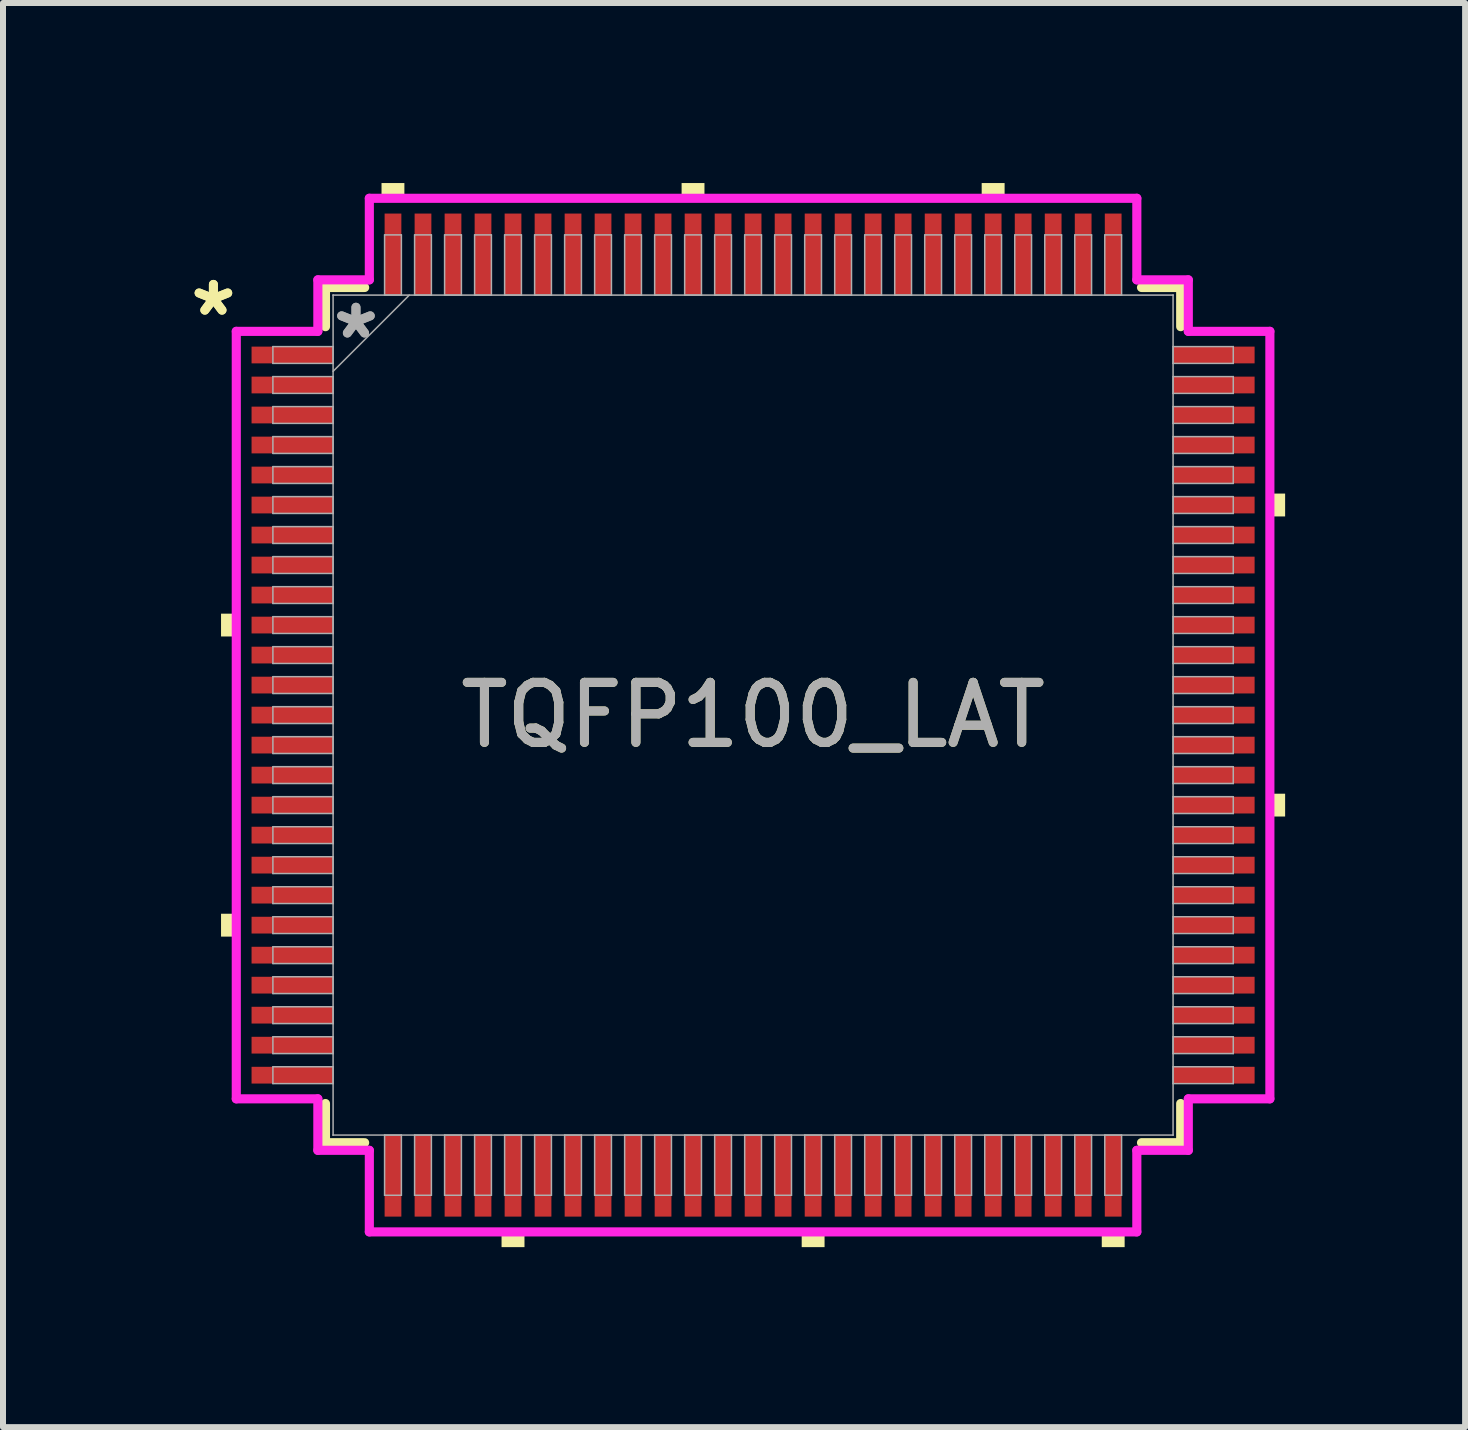
<source format=kicad_pcb>
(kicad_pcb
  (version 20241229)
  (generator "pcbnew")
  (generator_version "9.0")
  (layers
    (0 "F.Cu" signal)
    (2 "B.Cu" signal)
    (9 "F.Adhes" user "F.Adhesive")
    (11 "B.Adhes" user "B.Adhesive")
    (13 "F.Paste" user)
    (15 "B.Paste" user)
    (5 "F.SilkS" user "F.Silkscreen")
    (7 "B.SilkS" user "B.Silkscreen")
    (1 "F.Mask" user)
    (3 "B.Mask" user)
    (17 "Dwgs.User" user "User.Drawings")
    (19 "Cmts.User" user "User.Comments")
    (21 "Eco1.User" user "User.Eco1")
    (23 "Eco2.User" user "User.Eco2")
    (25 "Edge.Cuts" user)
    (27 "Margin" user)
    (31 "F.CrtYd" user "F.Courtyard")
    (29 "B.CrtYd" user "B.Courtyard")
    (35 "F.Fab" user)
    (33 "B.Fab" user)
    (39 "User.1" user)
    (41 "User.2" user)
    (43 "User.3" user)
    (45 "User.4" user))
  (footprint "TQFP100_LAT"
    (layer "F.Cu")
    (at 9.498 8.865)
    (property "Reference" "TQFP100_LAT" (at 0 0 0) (unlocked yes) (layer "F.SilkS") (effects (font (size 1 1) (thickness 0.15))))
    (attr smd)
    (fp_line (start -7.125 -7.125) (end -7.125 -6.472) (stroke (width 0.152) (type solid)) (layer "F.SilkS"))
    (fp_line (start -7.125 6.472) (end -7.125 7.125) (stroke (width 0.152) (type solid)) (layer "F.SilkS"))
    (fp_line (start -7.125 7.125) (end -6.472 7.125) (stroke (width 0.152) (type solid)) (layer "F.SilkS"))
    (fp_line (start -6.472 -7.125) (end -7.125 -7.125) (stroke (width 0.152) (type solid)) (layer "F.SilkS"))
    (fp_line (start 6.472 7.125) (end 7.125 7.125) (stroke (width 0.152) (type solid)) (layer "F.SilkS"))
    (fp_line (start 7.125 -7.125) (end 6.472 -7.125) (stroke (width 0.152) (type solid)) (layer "F.SilkS"))
    (fp_line (start 7.125 -6.472) (end 7.125 -7.125) (stroke (width 0.152) (type solid)) (layer "F.SilkS"))
    (fp_line (start 7.125 7.125) (end 7.125 6.472) (stroke (width 0.152) (type solid)) (layer "F.SilkS"))
    (fp_poly (pts (xy -8.865 -1.69) (xy -8.865 -1.31) (xy -8.611 -1.31) (xy -8.611 -1.69)) (stroke (width 0) (type solid)) (fill yes) (layer "F.SilkS"))
    (fp_poly (pts (xy -8.865 3.31) (xy -8.865 3.691) (xy -8.611 3.691) (xy -8.611 3.31)) (stroke (width 0) (type solid)) (fill yes) (layer "F.SilkS"))
    (fp_poly (pts (xy -6.191 -8.611) (xy -6.191 -8.865) (xy -5.81 -8.865) (xy -5.81 -8.611)) (stroke (width 0) (type solid)) (fill yes) (layer "F.SilkS"))
    (fp_poly (pts (xy -4.191 8.611) (xy -4.191 8.865) (xy -3.809 8.865) (xy -3.809 8.611)) (stroke (width 0) (type solid)) (fill yes) (layer "F.SilkS"))
    (fp_poly (pts (xy -1.191 -8.611) (xy -1.191 -8.865) (xy -0.81 -8.865) (xy -0.81 -8.611)) (stroke (width 0) (type solid)) (fill yes) (layer "F.SilkS"))
    (fp_poly (pts (xy 0.81 8.611) (xy 0.81 8.865) (xy 1.191 8.865) (xy 1.191 8.611)) (stroke (width 0) (type solid)) (fill yes) (layer "F.SilkS"))
    (fp_poly (pts (xy 3.809 -8.611) (xy 3.809 -8.865) (xy 4.191 -8.865) (xy 4.191 -8.611)) (stroke (width 0) (type solid)) (fill yes) (layer "F.SilkS"))
    (fp_poly (pts (xy 5.81 8.611) (xy 5.81 8.865) (xy 6.191 8.865) (xy 6.191 8.611)) (stroke (width 0) (type solid)) (fill yes) (layer "F.SilkS"))
    (fp_poly (pts (xy 8.865 -3.691) (xy 8.865 -3.31) (xy 8.611 -3.31) (xy 8.611 -3.691)) (stroke (width 0) (type solid)) (fill yes) (layer "F.SilkS"))
    (fp_poly (pts (xy 8.865 1.31) (xy 8.865 1.69) (xy 8.611 1.69) (xy 8.611 1.31)) (stroke (width 0) (type solid)) (fill yes) (layer "F.SilkS"))
    (fp_line (start -8.611 -6.394) (end -7.252 -6.394) (stroke (width 0.152) (type solid)) (layer "F.CrtYd"))
    (fp_line (start -8.611 6.394) (end -8.611 -6.394) (stroke (width 0.152) (type solid)) (layer "F.CrtYd"))
    (fp_line (start -7.252 -7.252) (end -6.394 -7.252) (stroke (width 0.152) (type solid)) (layer "F.CrtYd"))
    (fp_line (start -7.252 -6.394) (end -7.252 -7.252) (stroke (width 0.152) (type solid)) (layer "F.CrtYd"))
    (fp_line (start -7.252 6.394) (end -8.611 6.394) (stroke (width 0.152) (type solid)) (layer "F.CrtYd"))
    (fp_line (start -7.252 7.252) (end -7.252 6.394) (stroke (width 0.152) (type solid)) (layer "F.CrtYd"))
    (fp_line (start -7.252 7.252) (end -6.394 7.252) (stroke (width 0.152) (type solid)) (layer "F.CrtYd"))
    (fp_line (start -6.394 -8.611) (end 6.394 -8.611) (stroke (width 0.152) (type solid)) (layer "F.CrtYd"))
    (fp_line (start -6.394 -7.252) (end -6.394 -8.611) (stroke (width 0.152) (type solid)) (layer "F.CrtYd"))
    (fp_line (start -6.394 7.252) (end -6.394 8.611) (stroke (width 0.152) (type solid)) (layer "F.CrtYd"))
    (fp_line (start -6.394 8.611) (end 6.394 8.611) (stroke (width 0.152) (type solid)) (layer "F.CrtYd"))
    (fp_line (start 6.394 -8.611) (end 6.394 -7.252) (stroke (width 0.152) (type solid)) (layer "F.CrtYd"))
    (fp_line (start 6.394 -7.252) (end 7.252 -7.252) (stroke (width 0.152) (type solid)) (layer "F.CrtYd"))
    (fp_line (start 6.394 7.252) (end 7.252 7.252) (stroke (width 0.152) (type solid)) (layer "F.CrtYd"))
    (fp_line (start 6.394 8.611) (end 6.394 7.252) (stroke (width 0.152) (type solid)) (layer "F.CrtYd"))
    (fp_line (start 7.252 -6.394) (end 7.252 -7.252) (stroke (width 0.152) (type solid)) (layer "F.CrtYd"))
    (fp_line (start 7.252 6.394) (end 8.611 6.394) (stroke (width 0.152) (type solid)) (layer "F.CrtYd"))
    (fp_line (start 7.252 7.252) (end 7.252 6.394) (stroke (width 0.152) (type solid)) (layer "F.CrtYd"))
    (fp_line (start 8.611 -6.394) (end 7.252 -6.394) (stroke (width 0.152) (type solid)) (layer "F.CrtYd"))
    (fp_line (start 8.611 6.394) (end 8.611 -6.394) (stroke (width 0.152) (type solid)) (layer "F.CrtYd"))
    (fp_line (start -8.001 -6.14) (end -8.001 -5.86) (stroke (width 0.025) (type solid)) (layer "F.Fab"))
    (fp_line (start -8.001 -5.86) (end -6.998 -5.86) (stroke (width 0.025) (type solid)) (layer "F.Fab"))
    (fp_line (start -8.001 -5.64) (end -8.001 -5.36) (stroke (width 0.025) (type solid)) (layer "F.Fab"))
    (fp_line (start -8.001 -5.36) (end -6.998 -5.36) (stroke (width 0.025) (type solid)) (layer "F.Fab"))
    (fp_line (start -8.001 -5.14) (end -8.001 -4.86) (stroke (width 0.025) (type solid)) (layer "F.Fab"))
    (fp_line (start -8.001 -4.86) (end -6.998 -4.86) (stroke (width 0.025) (type solid)) (layer "F.Fab"))
    (fp_line (start -8.001 -4.64) (end -8.001 -4.36) (stroke (width 0.025) (type solid)) (layer "F.Fab"))
    (fp_line (start -8.001 -4.36) (end -6.998 -4.36) (stroke (width 0.025) (type solid)) (layer "F.Fab"))
    (fp_line (start -8.001 -4.14) (end -8.001 -3.86) (stroke (width 0.025) (type solid)) (layer "F.Fab"))
    (fp_line (start -8.001 -3.86) (end -6.998 -3.86) (stroke (width 0.025) (type solid)) (layer "F.Fab"))
    (fp_line (start -8.001 -3.64) (end -8.001 -3.36) (stroke (width 0.025) (type solid)) (layer "F.Fab"))
    (fp_line (start -8.001 -3.36) (end -6.998 -3.36) (stroke (width 0.025) (type solid)) (layer "F.Fab"))
    (fp_line (start -8.001 -3.14) (end -8.001 -2.86) (stroke (width 0.025) (type solid)) (layer "F.Fab"))
    (fp_line (start -8.001 -2.86) (end -6.998 -2.86) (stroke (width 0.025) (type solid)) (layer "F.Fab"))
    (fp_line (start -8.001 -2.64) (end -8.001 -2.36) (stroke (width 0.025) (type solid)) (layer "F.Fab"))
    (fp_line (start -8.001 -2.36) (end -6.998 -2.36) (stroke (width 0.025) (type solid)) (layer "F.Fab"))
    (fp_line (start -8.001 -2.14) (end -8.001 -1.86) (stroke (width 0.025) (type solid)) (layer "F.Fab"))
    (fp_line (start -8.001 -1.86) (end -6.998 -1.86) (stroke (width 0.025) (type solid)) (layer "F.Fab"))
    (fp_line (start -8.001 -1.64) (end -8.001 -1.36) (stroke (width 0.025) (type solid)) (layer "F.Fab"))
    (fp_line (start -8.001 -1.36) (end -6.998 -1.36) (stroke (width 0.025) (type solid)) (layer "F.Fab"))
    (fp_line (start -8.001 -1.14) (end -8.001 -0.86) (stroke (width 0.025) (type solid)) (layer "F.Fab"))
    (fp_line (start -8.001 -0.86) (end -6.998 -0.86) (stroke (width 0.025) (type solid)) (layer "F.Fab"))
    (fp_line (start -8.001 -0.64) (end -8.001 -0.36) (stroke (width 0.025) (type solid)) (layer "F.Fab"))
    (fp_line (start -8.001 -0.36) (end -6.998 -0.36) (stroke (width 0.025) (type solid)) (layer "F.Fab"))
    (fp_line (start -8.001 -0.14) (end -8.001 0.14) (stroke (width 0.025) (type solid)) (layer "F.Fab"))
    (fp_line (start -8.001 0.14) (end -6.998 0.14) (stroke (width 0.025) (type solid)) (layer "F.Fab"))
    (fp_line (start -8.001 0.36) (end -8.001 0.64) (stroke (width 0.025) (type solid)) (layer "F.Fab"))
    (fp_line (start -8.001 0.64) (end -6.998 0.64) (stroke (width 0.025) (type solid)) (layer "F.Fab"))
    (fp_line (start -8.001 0.86) (end -8.001 1.14) (stroke (width 0.025) (type solid)) (layer "F.Fab"))
    (fp_line (start -8.001 1.14) (end -6.998 1.14) (stroke (width 0.025) (type solid)) (layer "F.Fab"))
    (fp_line (start -8.001 1.36) (end -8.001 1.64) (stroke (width 0.025) (type solid)) (layer "F.Fab"))
    (fp_line (start -8.001 1.64) (end -6.998 1.64) (stroke (width 0.025) (type solid)) (layer "F.Fab"))
    (fp_line (start -8.001 1.86) (end -8.001 2.14) (stroke (width 0.025) (type solid)) (layer "F.Fab"))
    (fp_line (start -8.001 2.14) (end -6.998 2.14) (stroke (width 0.025) (type solid)) (layer "F.Fab"))
    (fp_line (start -8.001 2.36) (end -8.001 2.64) (stroke (width 0.025) (type solid)) (layer "F.Fab"))
    (fp_line (start -8.001 2.64) (end -6.998 2.64) (stroke (width 0.025) (type solid)) (layer "F.Fab"))
    (fp_line (start -8.001 2.86) (end -8.001 3.14) (stroke (width 0.025) (type solid)) (layer "F.Fab"))
    (fp_line (start -8.001 3.14) (end -6.998 3.14) (stroke (width 0.025) (type solid)) (layer "F.Fab"))
    (fp_line (start -8.001 3.36) (end -8.001 3.64) (stroke (width 0.025) (type solid)) (layer "F.Fab"))
    (fp_line (start -8.001 3.64) (end -6.998 3.64) (stroke (width 0.025) (type solid)) (layer "F.Fab"))
    (fp_line (start -8.001 3.86) (end -8.001 4.14) (stroke (width 0.025) (type solid)) (layer "F.Fab"))
    (fp_line (start -8.001 4.14) (end -6.998 4.14) (stroke (width 0.025) (type solid)) (layer "F.Fab"))
    (fp_line (start -8.001 4.36) (end -8.001 4.64) (stroke (width 0.025) (type solid)) (layer "F.Fab"))
    (fp_line (start -8.001 4.64) (end -6.998 4.64) (stroke (width 0.025) (type solid)) (layer "F.Fab"))
    (fp_line (start -8.001 4.86) (end -8.001 5.14) (stroke (width 0.025) (type solid)) (layer "F.Fab"))
    (fp_line (start -8.001 5.14) (end -6.998 5.14) (stroke (width 0.025) (type solid)) (layer "F.Fab"))
    (fp_line (start -8.001 5.36) (end -8.001 5.64) (stroke (width 0.025) (type solid)) (layer "F.Fab"))
    (fp_line (start -8.001 5.64) (end -6.998 5.64) (stroke (width 0.025) (type solid)) (layer "F.Fab"))
    (fp_line (start -8.001 5.86) (end -8.001 6.14) (stroke (width 0.025) (type solid)) (layer "F.Fab"))
    (fp_line (start -8.001 6.14) (end -6.998 6.14) (stroke (width 0.025) (type solid)) (layer "F.Fab"))
    (fp_line (start -6.998 -6.998) (end -6.998 -6.998) (stroke (width 0.025) (type solid)) (layer "F.Fab"))
    (fp_line (start -6.998 -6.998) (end -6.998 6.998) (stroke (width 0.025) (type solid)) (layer "F.Fab"))
    (fp_line (start -6.998 -6.14) (end -8.001 -6.14) (stroke (width 0.025) (type solid)) (layer "F.Fab"))
    (fp_line (start -6.998 -5.86) (end -6.998 -6.14) (stroke (width 0.025) (type solid)) (layer "F.Fab"))
    (fp_line (start -6.998 -5.728) (end -5.728 -6.998) (stroke (width 0.025) (type solid)) (layer "F.Fab"))
    (fp_line (start -6.998 -5.64) (end -8.001 -5.64) (stroke (width 0.025) (type solid)) (layer "F.Fab"))
    (fp_line (start -6.998 -5.36) (end -6.998 -5.64) (stroke (width 0.025) (type solid)) (layer "F.Fab"))
    (fp_line (start -6.998 -5.14) (end -8.001 -5.14) (stroke (width 0.025) (type solid)) (layer "F.Fab"))
    (fp_line (start -6.998 -4.86) (end -6.998 -5.14) (stroke (width 0.025) (type solid)) (layer "F.Fab"))
    (fp_line (start -6.998 -4.64) (end -8.001 -4.64) (stroke (width 0.025) (type solid)) (layer "F.Fab"))
    (fp_line (start -6.998 -4.36) (end -6.998 -4.64) (stroke (width 0.025) (type solid)) (layer "F.Fab"))
    (fp_line (start -6.998 -4.14) (end -8.001 -4.14) (stroke (width 0.025) (type solid)) (layer "F.Fab"))
    (fp_line (start -6.998 -3.86) (end -6.998 -4.14) (stroke (width 0.025) (type solid)) (layer "F.Fab"))
    (fp_line (start -6.998 -3.64) (end -8.001 -3.64) (stroke (width 0.025) (type solid)) (layer "F.Fab"))
    (fp_line (start -6.998 -3.36) (end -6.998 -3.64) (stroke (width 0.025) (type solid)) (layer "F.Fab"))
    (fp_line (start -6.998 -3.14) (end -8.001 -3.14) (stroke (width 0.025) (type solid)) (layer "F.Fab"))
    (fp_line (start -6.998 -2.86) (end -6.998 -3.14) (stroke (width 0.025) (type solid)) (layer "F.Fab"))
    (fp_line (start -6.998 -2.64) (end -8.001 -2.64) (stroke (width 0.025) (type solid)) (layer "F.Fab"))
    (fp_line (start -6.998 -2.36) (end -6.998 -2.64) (stroke (width 0.025) (type solid)) (layer "F.Fab"))
    (fp_line (start -6.998 -2.14) (end -8.001 -2.14) (stroke (width 0.025) (type solid)) (layer "F.Fab"))
    (fp_line (start -6.998 -1.86) (end -6.998 -2.14) (stroke (width 0.025) (type solid)) (layer "F.Fab"))
    (fp_line (start -6.998 -1.64) (end -8.001 -1.64) (stroke (width 0.025) (type solid)) (layer "F.Fab"))
    (fp_line (start -6.998 -1.36) (end -6.998 -1.64) (stroke (width 0.025) (type solid)) (layer "F.Fab"))
    (fp_line (start -6.998 -1.14) (end -8.001 -1.14) (stroke (width 0.025) (type solid)) (layer "F.Fab"))
    (fp_line (start -6.998 -0.86) (end -6.998 -1.14) (stroke (width 0.025) (type solid)) (layer "F.Fab"))
    (fp_line (start -6.998 -0.64) (end -8.001 -0.64) (stroke (width 0.025) (type solid)) (layer "F.Fab"))
    (fp_line (start -6.998 -0.36) (end -6.998 -0.64) (stroke (width 0.025) (type solid)) (layer "F.Fab"))
    (fp_line (start -6.998 -0.14) (end -8.001 -0.14) (stroke (width 0.025) (type solid)) (layer "F.Fab"))
    (fp_line (start -6.998 0.14) (end -6.998 -0.14) (stroke (width 0.025) (type solid)) (layer "F.Fab"))
    (fp_line (start -6.998 0.36) (end -8.001 0.36) (stroke (width 0.025) (type solid)) (layer "F.Fab"))
    (fp_line (start -6.998 0.64) (end -6.998 0.36) (stroke (width 0.025) (type solid)) (layer "F.Fab"))
    (fp_line (start -6.998 0.86) (end -8.001 0.86) (stroke (width 0.025) (type solid)) (layer "F.Fab"))
    (fp_line (start -6.998 1.14) (end -6.998 0.86) (stroke (width 0.025) (type solid)) (layer "F.Fab"))
    (fp_line (start -6.998 1.36) (end -8.001 1.36) (stroke (width 0.025) (type solid)) (layer "F.Fab"))
    (fp_line (start -6.998 1.64) (end -6.998 1.36) (stroke (width 0.025) (type solid)) (layer "F.Fab"))
    (fp_line (start -6.998 1.86) (end -8.001 1.86) (stroke (width 0.025) (type solid)) (layer "F.Fab"))
    (fp_line (start -6.998 2.14) (end -6.998 1.86) (stroke (width 0.025) (type solid)) (layer "F.Fab"))
    (fp_line (start -6.998 2.36) (end -8.001 2.36) (stroke (width 0.025) (type solid)) (layer "F.Fab"))
    (fp_line (start -6.998 2.64) (end -6.998 2.36) (stroke (width 0.025) (type solid)) (layer "F.Fab"))
    (fp_line (start -6.998 2.86) (end -8.001 2.86) (stroke (width 0.025) (type solid)) (layer "F.Fab"))
    (fp_line (start -6.998 3.14) (end -6.998 2.86) (stroke (width 0.025) (type solid)) (layer "F.Fab"))
    (fp_line (start -6.998 3.36) (end -8.001 3.36) (stroke (width 0.025) (type solid)) (layer "F.Fab"))
    (fp_line (start -6.998 3.64) (end -6.998 3.36) (stroke (width 0.025) (type solid)) (layer "F.Fab"))
    (fp_line (start -6.998 3.86) (end -8.001 3.86) (stroke (width 0.025) (type solid)) (layer "F.Fab"))
    (fp_line (start -6.998 4.14) (end -6.998 3.86) (stroke (width 0.025) (type solid)) (layer "F.Fab"))
    (fp_line (start -6.998 4.36) (end -8.001 4.36) (stroke (width 0.025) (type solid)) (layer "F.Fab"))
    (fp_line (start -6.998 4.64) (end -6.998 4.36) (stroke (width 0.025) (type solid)) (layer "F.Fab"))
    (fp_line (start -6.998 4.86) (end -8.001 4.86) (stroke (width 0.025) (type solid)) (layer "F.Fab"))
    (fp_line (start -6.998 5.14) (end -6.998 4.86) (stroke (width 0.025) (type solid)) (layer "F.Fab"))
    (fp_line (start -6.998 5.36) (end -8.001 5.36) (stroke (width 0.025) (type solid)) (layer "F.Fab"))
    (fp_line (start -6.998 5.64) (end -6.998 5.36) (stroke (width 0.025) (type solid)) (layer "F.Fab"))
    (fp_line (start -6.998 5.86) (end -8.001 5.86) (stroke (width 0.025) (type solid)) (layer "F.Fab"))
    (fp_line (start -6.998 6.14) (end -6.998 5.86) (stroke (width 0.025) (type solid)) (layer "F.Fab"))
    (fp_line (start -6.998 6.998) (end -6.998 6.998) (stroke (width 0.025) (type solid)) (layer "F.Fab"))
    (fp_line (start -6.998 6.998) (end 6.998 6.998) (stroke (width 0.025) (type solid)) (layer "F.Fab"))
    (fp_line (start -6.14 -8.001) (end -6.14 -6.998) (stroke (width 0.025) (type solid)) (layer "F.Fab"))
    (fp_line (start -6.14 -6.998) (end -5.86 -6.998) (stroke (width 0.025) (type solid)) (layer "F.Fab"))
    (fp_line (start -6.14 6.998) (end -6.14 8.001) (stroke (width 0.025) (type solid)) (layer "F.Fab"))
    (fp_line (start -6.14 8.001) (end -5.86 8.001) (stroke (width 0.025) (type solid)) (layer "F.Fab"))
    (fp_line (start -5.86 -8.001) (end -6.14 -8.001) (stroke (width 0.025) (type solid)) (layer "F.Fab"))
    (fp_line (start -5.86 -6.998) (end -5.86 -8.001) (stroke (width 0.025) (type solid)) (layer "F.Fab"))
    (fp_line (start -5.86 6.998) (end -6.14 6.998) (stroke (width 0.025) (type solid)) (layer "F.Fab"))
    (fp_line (start -5.86 8.001) (end -5.86 6.998) (stroke (width 0.025) (type solid)) (layer "F.Fab"))
    (fp_line (start -5.64 -8.001) (end -5.64 -6.998) (stroke (width 0.025) (type solid)) (layer "F.Fab"))
    (fp_line (start -5.64 -6.998) (end -5.36 -6.998) (stroke (width 0.025) (type solid)) (layer "F.Fab"))
    (fp_line (start -5.64 6.998) (end -5.64 8.001) (stroke (width 0.025) (type solid)) (layer "F.Fab"))
    (fp_line (start -5.64 8.001) (end -5.36 8.001) (stroke (width 0.025) (type solid)) (layer "F.Fab"))
    (fp_line (start -5.36 -8.001) (end -5.64 -8.001) (stroke (width 0.025) (type solid)) (layer "F.Fab"))
    (fp_line (start -5.36 -6.998) (end -5.36 -8.001) (stroke (width 0.025) (type solid)) (layer "F.Fab"))
    (fp_line (start -5.36 6.998) (end -5.64 6.998) (stroke (width 0.025) (type solid)) (layer "F.Fab"))
    (fp_line (start -5.36 8.001) (end -5.36 6.998) (stroke (width 0.025) (type solid)) (layer "F.Fab"))
    (fp_line (start -5.14 -8.001) (end -5.14 -6.998) (stroke (width 0.025) (type solid)) (layer "F.Fab"))
    (fp_line (start -5.14 -6.998) (end -4.86 -6.998) (stroke (width 0.025) (type solid)) (layer "F.Fab"))
    (fp_line (start -5.14 6.998) (end -5.14 8.001) (stroke (width 0.025) (type solid)) (layer "F.Fab"))
    (fp_line (start -5.14 8.001) (end -4.86 8.001) (stroke (width 0.025) (type solid)) (layer "F.Fab"))
    (fp_line (start -4.86 -8.001) (end -5.14 -8.001) (stroke (width 0.025) (type solid)) (layer "F.Fab"))
    (fp_line (start -4.86 -6.998) (end -4.86 -8.001) (stroke (width 0.025) (type solid)) (layer "F.Fab"))
    (fp_line (start -4.86 6.998) (end -5.14 6.998) (stroke (width 0.025) (type solid)) (layer "F.Fab"))
    (fp_line (start -4.86 8.001) (end -4.86 6.998) (stroke (width 0.025) (type solid)) (layer "F.Fab"))
    (fp_line (start -4.64 -8.001) (end -4.64 -6.998) (stroke (width 0.025) (type solid)) (layer "F.Fab"))
    (fp_line (start -4.64 -6.998) (end -4.36 -6.998) (stroke (width 0.025) (type solid)) (layer "F.Fab"))
    (fp_line (start -4.64 6.998) (end -4.64 8.001) (stroke (width 0.025) (type solid)) (layer "F.Fab"))
    (fp_line (start -4.64 8.001) (end -4.36 8.001) (stroke (width 0.025) (type solid)) (layer "F.Fab"))
    (fp_line (start -4.36 -8.001) (end -4.64 -8.001) (stroke (width 0.025) (type solid)) (layer "F.Fab"))
    (fp_line (start -4.36 -6.998) (end -4.36 -8.001) (stroke (width 0.025) (type solid)) (layer "F.Fab"))
    (fp_line (start -4.36 6.998) (end -4.64 6.998) (stroke (width 0.025) (type solid)) (layer "F.Fab"))
    (fp_line (start -4.36 8.001) (end -4.36 6.998) (stroke (width 0.025) (type solid)) (layer "F.Fab"))
    (fp_line (start -4.14 -8.001) (end -4.14 -6.998) (stroke (width 0.025) (type solid)) (layer "F.Fab"))
    (fp_line (start -4.14 -6.998) (end -3.86 -6.998) (stroke (width 0.025) (type solid)) (layer "F.Fab"))
    (fp_line (start -4.14 6.998) (end -4.14 8.001) (stroke (width 0.025) (type solid)) (layer "F.Fab"))
    (fp_line (start -4.14 8.001) (end -3.86 8.001) (stroke (width 0.025) (type solid)) (layer "F.Fab"))
    (fp_line (start -3.86 -8.001) (end -4.14 -8.001) (stroke (width 0.025) (type solid)) (layer "F.Fab"))
    (fp_line (start -3.86 -6.998) (end -3.86 -8.001) (stroke (width 0.025) (type solid)) (layer "F.Fab"))
    (fp_line (start -3.86 6.998) (end -4.14 6.998) (stroke (width 0.025) (type solid)) (layer "F.Fab"))
    (fp_line (start -3.86 8.001) (end -3.86 6.998) (stroke (width 0.025) (type solid)) (layer "F.Fab"))
    (fp_line (start -3.64 -8.001) (end -3.64 -6.998) (stroke (width 0.025) (type solid)) (layer "F.Fab"))
    (fp_line (start -3.64 -6.998) (end -3.36 -6.998) (stroke (width 0.025) (type solid)) (layer "F.Fab"))
    (fp_line (start -3.64 6.998) (end -3.64 8.001) (stroke (width 0.025) (type solid)) (layer "F.Fab"))
    (fp_line (start -3.64 8.001) (end -3.36 8.001) (stroke (width 0.025) (type solid)) (layer "F.Fab"))
    (fp_line (start -3.36 -8.001) (end -3.64 -8.001) (stroke (width 0.025) (type solid)) (layer "F.Fab"))
    (fp_line (start -3.36 -6.998) (end -3.36 -8.001) (stroke (width 0.025) (type solid)) (layer "F.Fab"))
    (fp_line (start -3.36 6.998) (end -3.64 6.998) (stroke (width 0.025) (type solid)) (layer "F.Fab"))
    (fp_line (start -3.36 8.001) (end -3.36 6.998) (stroke (width 0.025) (type solid)) (layer "F.Fab"))
    (fp_line (start -3.14 -8.001) (end -3.14 -6.998) (stroke (width 0.025) (type solid)) (layer "F.Fab"))
    (fp_line (start -3.14 -6.998) (end -2.86 -6.998) (stroke (width 0.025) (type solid)) (layer "F.Fab"))
    (fp_line (start -3.14 6.998) (end -3.14 8.001) (stroke (width 0.025) (type solid)) (layer "F.Fab"))
    (fp_line (start -3.14 8.001) (end -2.86 8.001) (stroke (width 0.025) (type solid)) (layer "F.Fab"))
    (fp_line (start -2.86 -8.001) (end -3.14 -8.001) (stroke (width 0.025) (type solid)) (layer "F.Fab"))
    (fp_line (start -2.86 -6.998) (end -2.86 -8.001) (stroke (width 0.025) (type solid)) (layer "F.Fab"))
    (fp_line (start -2.86 6.998) (end -3.14 6.998) (stroke (width 0.025) (type solid)) (layer "F.Fab"))
    (fp_line (start -2.86 8.001) (end -2.86 6.998) (stroke (width 0.025) (type solid)) (layer "F.Fab"))
    (fp_line (start -2.64 -8.001) (end -2.64 -6.998) (stroke (width 0.025) (type solid)) (layer "F.Fab"))
    (fp_line (start -2.64 -6.998) (end -2.36 -6.998) (stroke (width 0.025) (type solid)) (layer "F.Fab"))
    (fp_line (start -2.64 6.998) (end -2.64 8.001) (stroke (width 0.025) (type solid)) (layer "F.Fab"))
    (fp_line (start -2.64 8.001) (end -2.36 8.001) (stroke (width 0.025) (type solid)) (layer "F.Fab"))
    (fp_line (start -2.36 -8.001) (end -2.64 -8.001) (stroke (width 0.025) (type solid)) (layer "F.Fab"))
    (fp_line (start -2.36 -6.998) (end -2.36 -8.001) (stroke (width 0.025) (type solid)) (layer "F.Fab"))
    (fp_line (start -2.36 6.998) (end -2.64 6.998) (stroke (width 0.025) (type solid)) (layer "F.Fab"))
    (fp_line (start -2.36 8.001) (end -2.36 6.998) (stroke (width 0.025) (type solid)) (layer "F.Fab"))
    (fp_line (start -2.14 -8.001) (end -2.14 -6.998) (stroke (width 0.025) (type solid)) (layer "F.Fab"))
    (fp_line (start -2.14 -6.998) (end -1.86 -6.998) (stroke (width 0.025) (type solid)) (layer "F.Fab"))
    (fp_line (start -2.14 6.998) (end -2.14 8.001) (stroke (width 0.025) (type solid)) (layer "F.Fab"))
    (fp_line (start -2.14 8.001) (end -1.86 8.001) (stroke (width 0.025) (type solid)) (layer "F.Fab"))
    (fp_line (start -1.86 -8.001) (end -2.14 -8.001) (stroke (width 0.025) (type solid)) (layer "F.Fab"))
    (fp_line (start -1.86 -6.998) (end -1.86 -8.001) (stroke (width 0.025) (type solid)) (layer "F.Fab"))
    (fp_line (start -1.86 6.998) (end -2.14 6.998) (stroke (width 0.025) (type solid)) (layer "F.Fab"))
    (fp_line (start -1.86 8.001) (end -1.86 6.998) (stroke (width 0.025) (type solid)) (layer "F.Fab"))
    (fp_line (start -1.64 -8.001) (end -1.64 -6.998) (stroke (width 0.025) (type solid)) (layer "F.Fab"))
    (fp_line (start -1.64 -6.998) (end -1.36 -6.998) (stroke (width 0.025) (type solid)) (layer "F.Fab"))
    (fp_line (start -1.64 6.998) (end -1.64 8.001) (stroke (width 0.025) (type solid)) (layer "F.Fab"))
    (fp_line (start -1.64 8.001) (end -1.36 8.001) (stroke (width 0.025) (type solid)) (layer "F.Fab"))
    (fp_line (start -1.36 -8.001) (end -1.64 -8.001) (stroke (width 0.025) (type solid)) (layer "F.Fab"))
    (fp_line (start -1.36 -6.998) (end -1.36 -8.001) (stroke (width 0.025) (type solid)) (layer "F.Fab"))
    (fp_line (start -1.36 6.998) (end -1.64 6.998) (stroke (width 0.025) (type solid)) (layer "F.Fab"))
    (fp_line (start -1.36 8.001) (end -1.36 6.998) (stroke (width 0.025) (type solid)) (layer "F.Fab"))
    (fp_line (start -1.14 -8.001) (end -1.14 -6.998) (stroke (width 0.025) (type solid)) (layer "F.Fab"))
    (fp_line (start -1.14 -6.998) (end -0.86 -6.998) (stroke (width 0.025) (type solid)) (layer "F.Fab"))
    (fp_line (start -1.14 6.998) (end -1.14 8.001) (stroke (width 0.025) (type solid)) (layer "F.Fab"))
    (fp_line (start -1.14 8.001) (end -0.86 8.001) (stroke (width 0.025) (type solid)) (layer "F.Fab"))
    (fp_line (start -0.86 -8.001) (end -1.14 -8.001) (stroke (width 0.025) (type solid)) (layer "F.Fab"))
    (fp_line (start -0.86 -6.998) (end -0.86 -8.001) (stroke (width 0.025) (type solid)) (layer "F.Fab"))
    (fp_line (start -0.86 6.998) (end -1.14 6.998) (stroke (width 0.025) (type solid)) (layer "F.Fab"))
    (fp_line (start -0.86 8.001) (end -0.86 6.998) (stroke (width 0.025) (type solid)) (layer "F.Fab"))
    (fp_line (start -0.64 -8.001) (end -0.64 -6.998) (stroke (width 0.025) (type solid)) (layer "F.Fab"))
    (fp_line (start -0.64 -6.998) (end -0.36 -6.998) (stroke (width 0.025) (type solid)) (layer "F.Fab"))
    (fp_line (start -0.64 6.998) (end -0.64 8.001) (stroke (width 0.025) (type solid)) (layer "F.Fab"))
    (fp_line (start -0.64 8.001) (end -0.36 8.001) (stroke (width 0.025) (type solid)) (layer "F.Fab"))
    (fp_line (start -0.36 -8.001) (end -0.64 -8.001) (stroke (width 0.025) (type solid)) (layer "F.Fab"))
    (fp_line (start -0.36 -6.998) (end -0.36 -8.001) (stroke (width 0.025) (type solid)) (layer "F.Fab"))
    (fp_line (start -0.36 6.998) (end -0.64 6.998) (stroke (width 0.025) (type solid)) (layer "F.Fab"))
    (fp_line (start -0.36 8.001) (end -0.36 6.998) (stroke (width 0.025) (type solid)) (layer "F.Fab"))
    (fp_line (start -0.14 -8.001) (end -0.14 -6.998) (stroke (width 0.025) (type solid)) (layer "F.Fab"))
    (fp_line (start -0.14 -6.998) (end 0.14 -6.998) (stroke (width 0.025) (type solid)) (layer "F.Fab"))
    (fp_line (start -0.14 6.998) (end -0.14 8.001) (stroke (width 0.025) (type solid)) (layer "F.Fab"))
    (fp_line (start -0.14 8.001) (end 0.14 8.001) (stroke (width 0.025) (type solid)) (layer "F.Fab"))
    (fp_line (start 0.14 -8.001) (end -0.14 -8.001) (stroke (width 0.025) (type solid)) (layer "F.Fab"))
    (fp_line (start 0.14 -6.998) (end 0.14 -8.001) (stroke (width 0.025) (type solid)) (layer "F.Fab"))
    (fp_line (start 0.14 6.998) (end -0.14 6.998) (stroke (width 0.025) (type solid)) (layer "F.Fab"))
    (fp_line (start 0.14 8.001) (end 0.14 6.998) (stroke (width 0.025) (type solid)) (layer "F.Fab"))
    (fp_line (start 0.36 -8.001) (end 0.36 -6.998) (stroke (width 0.025) (type solid)) (layer "F.Fab"))
    (fp_line (start 0.36 -6.998) (end 0.64 -6.998) (stroke (width 0.025) (type solid)) (layer "F.Fab"))
    (fp_line (start 0.36 6.998) (end 0.36 8.001) (stroke (width 0.025) (type solid)) (layer "F.Fab"))
    (fp_line (start 0.36 8.001) (end 0.64 8.001) (stroke (width 0.025) (type solid)) (layer "F.Fab"))
    (fp_line (start 0.64 -8.001) (end 0.36 -8.001) (stroke (width 0.025) (type solid)) (layer "F.Fab"))
    (fp_line (start 0.64 -6.998) (end 0.64 -8.001) (stroke (width 0.025) (type solid)) (layer "F.Fab"))
    (fp_line (start 0.64 6.998) (end 0.36 6.998) (stroke (width 0.025) (type solid)) (layer "F.Fab"))
    (fp_line (start 0.64 8.001) (end 0.64 6.998) (stroke (width 0.025) (type solid)) (layer "F.Fab"))
    (fp_line (start 0.86 -8.001) (end 0.86 -6.998) (stroke (width 0.025) (type solid)) (layer "F.Fab"))
    (fp_line (start 0.86 -6.998) (end 1.14 -6.998) (stroke (width 0.025) (type solid)) (layer "F.Fab"))
    (fp_line (start 0.86 6.998) (end 0.86 8.001) (stroke (width 0.025) (type solid)) (layer "F.Fab"))
    (fp_line (start 0.86 8.001) (end 1.14 8.001) (stroke (width 0.025) (type solid)) (layer "F.Fab"))
    (fp_line (start 1.14 -8.001) (end 0.86 -8.001) (stroke (width 0.025) (type solid)) (layer "F.Fab"))
    (fp_line (start 1.14 -6.998) (end 1.14 -8.001) (stroke (width 0.025) (type solid)) (layer "F.Fab"))
    (fp_line (start 1.14 6.998) (end 0.86 6.998) (stroke (width 0.025) (type solid)) (layer "F.Fab"))
    (fp_line (start 1.14 8.001) (end 1.14 6.998) (stroke (width 0.025) (type solid)) (layer "F.Fab"))
    (fp_line (start 1.36 -8.001) (end 1.36 -6.998) (stroke (width 0.025) (type solid)) (layer "F.Fab"))
    (fp_line (start 1.36 -6.998) (end 1.64 -6.998) (stroke (width 0.025) (type solid)) (layer "F.Fab"))
    (fp_line (start 1.36 6.998) (end 1.36 8.001) (stroke (width 0.025) (type solid)) (layer "F.Fab"))
    (fp_line (start 1.36 8.001) (end 1.64 8.001) (stroke (width 0.025) (type solid)) (layer "F.Fab"))
    (fp_line (start 1.64 -8.001) (end 1.36 -8.001) (stroke (width 0.025) (type solid)) (layer "F.Fab"))
    (fp_line (start 1.64 -6.998) (end 1.64 -8.001) (stroke (width 0.025) (type solid)) (layer "F.Fab"))
    (fp_line (start 1.64 6.998) (end 1.36 6.998) (stroke (width 0.025) (type solid)) (layer "F.Fab"))
    (fp_line (start 1.64 8.001) (end 1.64 6.998) (stroke (width 0.025) (type solid)) (layer "F.Fab"))
    (fp_line (start 1.86 -8.001) (end 1.86 -6.998) (stroke (width 0.025) (type solid)) (layer "F.Fab"))
    (fp_line (start 1.86 -6.998) (end 2.14 -6.998) (stroke (width 0.025) (type solid)) (layer "F.Fab"))
    (fp_line (start 1.86 6.998) (end 1.86 8.001) (stroke (width 0.025) (type solid)) (layer "F.Fab"))
    (fp_line (start 1.86 8.001) (end 2.14 8.001) (stroke (width 0.025) (type solid)) (layer "F.Fab"))
    (fp_line (start 2.14 -8.001) (end 1.86 -8.001) (stroke (width 0.025) (type solid)) (layer "F.Fab"))
    (fp_line (start 2.14 -6.998) (end 2.14 -8.001) (stroke (width 0.025) (type solid)) (layer "F.Fab"))
    (fp_line (start 2.14 6.998) (end 1.86 6.998) (stroke (width 0.025) (type solid)) (layer "F.Fab"))
    (fp_line (start 2.14 8.001) (end 2.14 6.998) (stroke (width 0.025) (type solid)) (layer "F.Fab"))
    (fp_line (start 2.36 -8.001) (end 2.36 -6.998) (stroke (width 0.025) (type solid)) (layer "F.Fab"))
    (fp_line (start 2.36 -6.998) (end 2.64 -6.998) (stroke (width 0.025) (type solid)) (layer "F.Fab"))
    (fp_line (start 2.36 6.998) (end 2.36 8.001) (stroke (width 0.025) (type solid)) (layer "F.Fab"))
    (fp_line (start 2.36 8.001) (end 2.64 8.001) (stroke (width 0.025) (type solid)) (layer "F.Fab"))
    (fp_line (start 2.64 -8.001) (end 2.36 -8.001) (stroke (width 0.025) (type solid)) (layer "F.Fab"))
    (fp_line (start 2.64 -6.998) (end 2.64 -8.001) (stroke (width 0.025) (type solid)) (layer "F.Fab"))
    (fp_line (start 2.64 6.998) (end 2.36 6.998) (stroke (width 0.025) (type solid)) (layer "F.Fab"))
    (fp_line (start 2.64 8.001) (end 2.64 6.998) (stroke (width 0.025) (type solid)) (layer "F.Fab"))
    (fp_line (start 2.86 -8.001) (end 2.86 -6.998) (stroke (width 0.025) (type solid)) (layer "F.Fab"))
    (fp_line (start 2.86 -6.998) (end 3.14 -6.998) (stroke (width 0.025) (type solid)) (layer "F.Fab"))
    (fp_line (start 2.86 6.998) (end 2.86 8.001) (stroke (width 0.025) (type solid)) (layer "F.Fab"))
    (fp_line (start 2.86 8.001) (end 3.14 8.001) (stroke (width 0.025) (type solid)) (layer "F.Fab"))
    (fp_line (start 3.14 -8.001) (end 2.86 -8.001) (stroke (width 0.025) (type solid)) (layer "F.Fab"))
    (fp_line (start 3.14 -6.998) (end 3.14 -8.001) (stroke (width 0.025) (type solid)) (layer "F.Fab"))
    (fp_line (start 3.14 6.998) (end 2.86 6.998) (stroke (width 0.025) (type solid)) (layer "F.Fab"))
    (fp_line (start 3.14 8.001) (end 3.14 6.998) (stroke (width 0.025) (type solid)) (layer "F.Fab"))
    (fp_line (start 3.36 -8.001) (end 3.36 -6.998) (stroke (width 0.025) (type solid)) (layer "F.Fab"))
    (fp_line (start 3.36 -6.998) (end 3.64 -6.998) (stroke (width 0.025) (type solid)) (layer "F.Fab"))
    (fp_line (start 3.36 6.998) (end 3.36 8.001) (stroke (width 0.025) (type solid)) (layer "F.Fab"))
    (fp_line (start 3.36 8.001) (end 3.64 8.001) (stroke (width 0.025) (type solid)) (layer "F.Fab"))
    (fp_line (start 3.64 -8.001) (end 3.36 -8.001) (stroke (width 0.025) (type solid)) (layer "F.Fab"))
    (fp_line (start 3.64 -6.998) (end 3.64 -8.001) (stroke (width 0.025) (type solid)) (layer "F.Fab"))
    (fp_line (start 3.64 6.998) (end 3.36 6.998) (stroke (width 0.025) (type solid)) (layer "F.Fab"))
    (fp_line (start 3.64 8.001) (end 3.64 6.998) (stroke (width 0.025) (type solid)) (layer "F.Fab"))
    (fp_line (start 3.86 -8.001) (end 3.86 -6.998) (stroke (width 0.025) (type solid)) (layer "F.Fab"))
    (fp_line (start 3.86 -6.998) (end 4.14 -6.998) (stroke (width 0.025) (type solid)) (layer "F.Fab"))
    (fp_line (start 3.86 6.998) (end 3.86 8.001) (stroke (width 0.025) (type solid)) (layer "F.Fab"))
    (fp_line (start 3.86 8.001) (end 4.14 8.001) (stroke (width 0.025) (type solid)) (layer "F.Fab"))
    (fp_line (start 4.14 -8.001) (end 3.86 -8.001) (stroke (width 0.025) (type solid)) (layer "F.Fab"))
    (fp_line (start 4.14 -6.998) (end 4.14 -8.001) (stroke (width 0.025) (type solid)) (layer "F.Fab"))
    (fp_line (start 4.14 6.998) (end 3.86 6.998) (stroke (width 0.025) (type solid)) (layer "F.Fab"))
    (fp_line (start 4.14 8.001) (end 4.14 6.998) (stroke (width 0.025) (type solid)) (layer "F.Fab"))
    (fp_line (start 4.36 -8.001) (end 4.36 -6.998) (stroke (width 0.025) (type solid)) (layer "F.Fab"))
    (fp_line (start 4.36 -6.998) (end 4.64 -6.998) (stroke (width 0.025) (type solid)) (layer "F.Fab"))
    (fp_line (start 4.36 6.998) (end 4.36 8.001) (stroke (width 0.025) (type solid)) (layer "F.Fab"))
    (fp_line (start 4.36 8.001) (end 4.64 8.001) (stroke (width 0.025) (type solid)) (layer "F.Fab"))
    (fp_line (start 4.64 -8.001) (end 4.36 -8.001) (stroke (width 0.025) (type solid)) (layer "F.Fab"))
    (fp_line (start 4.64 -6.998) (end 4.64 -8.001) (stroke (width 0.025) (type solid)) (layer "F.Fab"))
    (fp_line (start 4.64 6.998) (end 4.36 6.998) (stroke (width 0.025) (type solid)) (layer "F.Fab"))
    (fp_line (start 4.64 8.001) (end 4.64 6.998) (stroke (width 0.025) (type solid)) (layer "F.Fab"))
    (fp_line (start 4.86 -8.001) (end 4.86 -6.998) (stroke (width 0.025) (type solid)) (layer "F.Fab"))
    (fp_line (start 4.86 -6.998) (end 5.14 -6.998) (stroke (width 0.025) (type solid)) (layer "F.Fab"))
    (fp_line (start 4.86 6.998) (end 4.86 8.001) (stroke (width 0.025) (type solid)) (layer "F.Fab"))
    (fp_line (start 4.86 8.001) (end 5.14 8.001) (stroke (width 0.025) (type solid)) (layer "F.Fab"))
    (fp_line (start 5.14 -8.001) (end 4.86 -8.001) (stroke (width 0.025) (type solid)) (layer "F.Fab"))
    (fp_line (start 5.14 -6.998) (end 5.14 -8.001) (stroke (width 0.025) (type solid)) (layer "F.Fab"))
    (fp_line (start 5.14 6.998) (end 4.86 6.998) (stroke (width 0.025) (type solid)) (layer "F.Fab"))
    (fp_line (start 5.14 8.001) (end 5.14 6.998) (stroke (width 0.025) (type solid)) (layer "F.Fab"))
    (fp_line (start 5.36 -8.001) (end 5.36 -6.998) (stroke (width 0.025) (type solid)) (layer "F.Fab"))
    (fp_line (start 5.36 -6.998) (end 5.64 -6.998) (stroke (width 0.025) (type solid)) (layer "F.Fab"))
    (fp_line (start 5.36 6.998) (end 5.36 8.001) (stroke (width 0.025) (type solid)) (layer "F.Fab"))
    (fp_line (start 5.36 8.001) (end 5.64 8.001) (stroke (width 0.025) (type solid)) (layer "F.Fab"))
    (fp_line (start 5.64 -8.001) (end 5.36 -8.001) (stroke (width 0.025) (type solid)) (layer "F.Fab"))
    (fp_line (start 5.64 -6.998) (end 5.64 -8.001) (stroke (width 0.025) (type solid)) (layer "F.Fab"))
    (fp_line (start 5.64 6.998) (end 5.36 6.998) (stroke (width 0.025) (type solid)) (layer "F.Fab"))
    (fp_line (start 5.64 8.001) (end 5.64 6.998) (stroke (width 0.025) (type solid)) (layer "F.Fab"))
    (fp_line (start 5.86 -8.001) (end 5.86 -6.998) (stroke (width 0.025) (type solid)) (layer "F.Fab"))
    (fp_line (start 5.86 -6.998) (end 6.14 -6.998) (stroke (width 0.025) (type solid)) (layer "F.Fab"))
    (fp_line (start 5.86 6.998) (end 5.86 8.001) (stroke (width 0.025) (type solid)) (layer "F.Fab"))
    (fp_line (start 5.86 8.001) (end 6.14 8.001) (stroke (width 0.025) (type solid)) (layer "F.Fab"))
    (fp_line (start 6.14 -8.001) (end 5.86 -8.001) (stroke (width 0.025) (type solid)) (layer "F.Fab"))
    (fp_line (start 6.14 -6.998) (end 6.14 -8.001) (stroke (width 0.025) (type solid)) (layer "F.Fab"))
    (fp_line (start 6.14 6.998) (end 5.86 6.998) (stroke (width 0.025) (type solid)) (layer "F.Fab"))
    (fp_line (start 6.14 8.001) (end 6.14 6.998) (stroke (width 0.025) (type solid)) (layer "F.Fab"))
    (fp_line (start 6.998 -6.998) (end -6.998 -6.998) (stroke (width 0.025) (type solid)) (layer "F.Fab"))
    (fp_line (start 6.998 -6.998) (end 6.998 -6.998) (stroke (width 0.025) (type solid)) (layer "F.Fab"))
    (fp_line (start 6.998 -6.14) (end 6.998 -5.86) (stroke (width 0.025) (type solid)) (layer "F.Fab"))
    (fp_line (start 6.998 -5.86) (end 8.001 -5.86) (stroke (width 0.025) (type solid)) (layer "F.Fab"))
    (fp_line (start 6.998 -5.64) (end 6.998 -5.36) (stroke (width 0.025) (type solid)) (layer "F.Fab"))
    (fp_line (start 6.998 -5.36) (end 8.001 -5.36) (stroke (width 0.025) (type solid)) (layer "F.Fab"))
    (fp_line (start 6.998 -5.14) (end 6.998 -4.86) (stroke (width 0.025) (type solid)) (layer "F.Fab"))
    (fp_line (start 6.998 -4.86) (end 8.001 -4.86) (stroke (width 0.025) (type solid)) (layer "F.Fab"))
    (fp_line (start 6.998 -4.64) (end 6.998 -4.36) (stroke (width 0.025) (type solid)) (layer "F.Fab"))
    (fp_line (start 6.998 -4.36) (end 8.001 -4.36) (stroke (width 0.025) (type solid)) (layer "F.Fab"))
    (fp_line (start 6.998 -4.14) (end 6.998 -3.86) (stroke (width 0.025) (type solid)) (layer "F.Fab"))
    (fp_line (start 6.998 -3.86) (end 8.001 -3.86) (stroke (width 0.025) (type solid)) (layer "F.Fab"))
    (fp_line (start 6.998 -3.64) (end 6.998 -3.36) (stroke (width 0.025) (type solid)) (layer "F.Fab"))
    (fp_line (start 6.998 -3.36) (end 8.001 -3.36) (stroke (width 0.025) (type solid)) (layer "F.Fab"))
    (fp_line (start 6.998 -3.14) (end 6.998 -2.86) (stroke (width 0.025) (type solid)) (layer "F.Fab"))
    (fp_line (start 6.998 -2.86) (end 8.001 -2.86) (stroke (width 0.025) (type solid)) (layer "F.Fab"))
    (fp_line (start 6.998 -2.64) (end 6.998 -2.36) (stroke (width 0.025) (type solid)) (layer "F.Fab"))
    (fp_line (start 6.998 -2.36) (end 8.001 -2.36) (stroke (width 0.025) (type solid)) (layer "F.Fab"))
    (fp_line (start 6.998 -2.14) (end 6.998 -1.86) (stroke (width 0.025) (type solid)) (layer "F.Fab"))
    (fp_line (start 6.998 -1.86) (end 8.001 -1.86) (stroke (width 0.025) (type solid)) (layer "F.Fab"))
    (fp_line (start 6.998 -1.64) (end 6.998 -1.36) (stroke (width 0.025) (type solid)) (layer "F.Fab"))
    (fp_line (start 6.998 -1.36) (end 8.001 -1.36) (stroke (width 0.025) (type solid)) (layer "F.Fab"))
    (fp_line (start 6.998 -1.14) (end 6.998 -0.86) (stroke (width 0.025) (type solid)) (layer "F.Fab"))
    (fp_line (start 6.998 -0.86) (end 8.001 -0.86) (stroke (width 0.025) (type solid)) (layer "F.Fab"))
    (fp_line (start 6.998 -0.64) (end 6.998 -0.36) (stroke (width 0.025) (type solid)) (layer "F.Fab"))
    (fp_line (start 6.998 -0.36) (end 8.001 -0.36) (stroke (width 0.025) (type solid)) (layer "F.Fab"))
    (fp_line (start 6.998 -0.14) (end 6.998 0.14) (stroke (width 0.025) (type solid)) (layer "F.Fab"))
    (fp_line (start 6.998 0.14) (end 8.001 0.14) (stroke (width 0.025) (type solid)) (layer "F.Fab"))
    (fp_line (start 6.998 0.36) (end 6.998 0.64) (stroke (width 0.025) (type solid)) (layer "F.Fab"))
    (fp_line (start 6.998 0.64) (end 8.001 0.64) (stroke (width 0.025) (type solid)) (layer "F.Fab"))
    (fp_line (start 6.998 0.86) (end 6.998 1.14) (stroke (width 0.025) (type solid)) (layer "F.Fab"))
    (fp_line (start 6.998 1.14) (end 8.001 1.14) (stroke (width 0.025) (type solid)) (layer "F.Fab"))
    (fp_line (start 6.998 1.36) (end 6.998 1.64) (stroke (width 0.025) (type solid)) (layer "F.Fab"))
    (fp_line (start 6.998 1.64) (end 8.001 1.64) (stroke (width 0.025) (type solid)) (layer "F.Fab"))
    (fp_line (start 6.998 1.86) (end 6.998 2.14) (stroke (width 0.025) (type solid)) (layer "F.Fab"))
    (fp_line (start 6.998 2.14) (end 8.001 2.14) (stroke (width 0.025) (type solid)) (layer "F.Fab"))
    (fp_line (start 6.998 2.36) (end 6.998 2.64) (stroke (width 0.025) (type solid)) (layer "F.Fab"))
    (fp_line (start 6.998 2.64) (end 8.001 2.64) (stroke (width 0.025) (type solid)) (layer "F.Fab"))
    (fp_line (start 6.998 2.86) (end 6.998 3.14) (stroke (width 0.025) (type solid)) (layer "F.Fab"))
    (fp_line (start 6.998 3.14) (end 8.001 3.14) (stroke (width 0.025) (type solid)) (layer "F.Fab"))
    (fp_line (start 6.998 3.36) (end 6.998 3.64) (stroke (width 0.025) (type solid)) (layer "F.Fab"))
    (fp_line (start 6.998 3.64) (end 8.001 3.64) (stroke (width 0.025) (type solid)) (layer "F.Fab"))
    (fp_line (start 6.998 3.86) (end 6.998 4.14) (stroke (width 0.025) (type solid)) (layer "F.Fab"))
    (fp_line (start 6.998 4.14) (end 8.001 4.14) (stroke (width 0.025) (type solid)) (layer "F.Fab"))
    (fp_line (start 6.998 4.36) (end 6.998 4.64) (stroke (width 0.025) (type solid)) (layer "F.Fab"))
    (fp_line (start 6.998 4.64) (end 8.001 4.64) (stroke (width 0.025) (type solid)) (layer "F.Fab"))
    (fp_line (start 6.998 4.86) (end 6.998 5.14) (stroke (width 0.025) (type solid)) (layer "F.Fab"))
    (fp_line (start 6.998 5.14) (end 8.001 5.14) (stroke (width 0.025) (type solid)) (layer "F.Fab"))
    (fp_line (start 6.998 5.36) (end 6.998 5.64) (stroke (width 0.025) (type solid)) (layer "F.Fab"))
    (fp_line (start 6.998 5.64) (end 8.001 5.64) (stroke (width 0.025) (type solid)) (layer "F.Fab"))
    (fp_line (start 6.998 5.86) (end 6.998 6.14) (stroke (width 0.025) (type solid)) (layer "F.Fab"))
    (fp_line (start 6.998 6.14) (end 8.001 6.14) (stroke (width 0.025) (type solid)) (layer "F.Fab"))
    (fp_line (start 6.998 6.998) (end 6.998 -6.998) (stroke (width 0.025) (type solid)) (layer "F.Fab"))
    (fp_line (start 6.998 6.998) (end 6.998 6.998) (stroke (width 0.025) (type solid)) (layer "F.Fab"))
    (fp_line (start 8.001 -6.14) (end 6.998 -6.14) (stroke (width 0.025) (type solid)) (layer "F.Fab"))
    (fp_line (start 8.001 -5.86) (end 8.001 -6.14) (stroke (width 0.025) (type solid)) (layer "F.Fab"))
    (fp_line (start 8.001 -5.64) (end 6.998 -5.64) (stroke (width 0.025) (type solid)) (layer "F.Fab"))
    (fp_line (start 8.001 -5.36) (end 8.001 -5.64) (stroke (width 0.025) (type solid)) (layer "F.Fab"))
    (fp_line (start 8.001 -5.14) (end 6.998 -5.14) (stroke (width 0.025) (type solid)) (layer "F.Fab"))
    (fp_line (start 8.001 -4.86) (end 8.001 -5.14) (stroke (width 0.025) (type solid)) (layer "F.Fab"))
    (fp_line (start 8.001 -4.64) (end 6.998 -4.64) (stroke (width 0.025) (type solid)) (layer "F.Fab"))
    (fp_line (start 8.001 -4.36) (end 8.001 -4.64) (stroke (width 0.025) (type solid)) (layer "F.Fab"))
    (fp_line (start 8.001 -4.14) (end 6.998 -4.14) (stroke (width 0.025) (type solid)) (layer "F.Fab"))
    (fp_line (start 8.001 -3.86) (end 8.001 -4.14) (stroke (width 0.025) (type solid)) (layer "F.Fab"))
    (fp_line (start 8.001 -3.64) (end 6.998 -3.64) (stroke (width 0.025) (type solid)) (layer "F.Fab"))
    (fp_line (start 8.001 -3.36) (end 8.001 -3.64) (stroke (width 0.025) (type solid)) (layer "F.Fab"))
    (fp_line (start 8.001 -3.14) (end 6.998 -3.14) (stroke (width 0.025) (type solid)) (layer "F.Fab"))
    (fp_line (start 8.001 -2.86) (end 8.001 -3.14) (stroke (width 0.025) (type solid)) (layer "F.Fab"))
    (fp_line (start 8.001 -2.64) (end 6.998 -2.64) (stroke (width 0.025) (type solid)) (layer "F.Fab"))
    (fp_line (start 8.001 -2.36) (end 8.001 -2.64) (stroke (width 0.025) (type solid)) (layer "F.Fab"))
    (fp_line (start 8.001 -2.14) (end 6.998 -2.14) (stroke (width 0.025) (type solid)) (layer "F.Fab"))
    (fp_line (start 8.001 -1.86) (end 8.001 -2.14) (stroke (width 0.025) (type solid)) (layer "F.Fab"))
    (fp_line (start 8.001 -1.64) (end 6.998 -1.64) (stroke (width 0.025) (type solid)) (layer "F.Fab"))
    (fp_line (start 8.001 -1.36) (end 8.001 -1.64) (stroke (width 0.025) (type solid)) (layer "F.Fab"))
    (fp_line (start 8.001 -1.14) (end 6.998 -1.14) (stroke (width 0.025) (type solid)) (layer "F.Fab"))
    (fp_line (start 8.001 -0.86) (end 8.001 -1.14) (stroke (width 0.025) (type solid)) (layer "F.Fab"))
    (fp_line (start 8.001 -0.64) (end 6.998 -0.64) (stroke (width 0.025) (type solid)) (layer "F.Fab"))
    (fp_line (start 8.001 -0.36) (end 8.001 -0.64) (stroke (width 0.025) (type solid)) (layer "F.Fab"))
    (fp_line (start 8.001 -0.14) (end 6.998 -0.14) (stroke (width 0.025) (type solid)) (layer "F.Fab"))
    (fp_line (start 8.001 0.14) (end 8.001 -0.14) (stroke (width 0.025) (type solid)) (layer "F.Fab"))
    (fp_line (start 8.001 0.36) (end 6.998 0.36) (stroke (width 0.025) (type solid)) (layer "F.Fab"))
    (fp_line (start 8.001 0.64) (end 8.001 0.36) (stroke (width 0.025) (type solid)) (layer "F.Fab"))
    (fp_line (start 8.001 0.86) (end 6.998 0.86) (stroke (width 0.025) (type solid)) (layer "F.Fab"))
    (fp_line (start 8.001 1.14) (end 8.001 0.86) (stroke (width 0.025) (type solid)) (layer "F.Fab"))
    (fp_line (start 8.001 1.36) (end 6.998 1.36) (stroke (width 0.025) (type solid)) (layer "F.Fab"))
    (fp_line (start 8.001 1.64) (end 8.001 1.36) (stroke (width 0.025) (type solid)) (layer "F.Fab"))
    (fp_line (start 8.001 1.86) (end 6.998 1.86) (stroke (width 0.025) (type solid)) (layer "F.Fab"))
    (fp_line (start 8.001 2.14) (end 8.001 1.86) (stroke (width 0.025) (type solid)) (layer "F.Fab"))
    (fp_line (start 8.001 2.36) (end 6.998 2.36) (stroke (width 0.025) (type solid)) (layer "F.Fab"))
    (fp_line (start 8.001 2.64) (end 8.001 2.36) (stroke (width 0.025) (type solid)) (layer "F.Fab"))
    (fp_line (start 8.001 2.86) (end 6.998 2.86) (stroke (width 0.025) (type solid)) (layer "F.Fab"))
    (fp_line (start 8.001 3.14) (end 8.001 2.86) (stroke (width 0.025) (type solid)) (layer "F.Fab"))
    (fp_line (start 8.001 3.36) (end 6.998 3.36) (stroke (width 0.025) (type solid)) (layer "F.Fab"))
    (fp_line (start 8.001 3.64) (end 8.001 3.36) (stroke (width 0.025) (type solid)) (layer "F.Fab"))
    (fp_line (start 8.001 3.86) (end 6.998 3.86) (stroke (width 0.025) (type solid)) (layer "F.Fab"))
    (fp_line (start 8.001 4.14) (end 8.001 3.86) (stroke (width 0.025) (type solid)) (layer "F.Fab"))
    (fp_line (start 8.001 4.36) (end 6.998 4.36) (stroke (width 0.025) (type solid)) (layer "F.Fab"))
    (fp_line (start 8.001 4.64) (end 8.001 4.36) (stroke (width 0.025) (type solid)) (layer "F.Fab"))
    (fp_line (start 8.001 4.86) (end 6.998 4.86) (stroke (width 0.025) (type solid)) (layer "F.Fab"))
    (fp_line (start 8.001 5.14) (end 8.001 4.86) (stroke (width 0.025) (type solid)) (layer "F.Fab"))
    (fp_line (start 8.001 5.36) (end 6.998 5.36) (stroke (width 0.025) (type solid)) (layer "F.Fab"))
    (fp_line (start 8.001 5.64) (end 8.001 5.36) (stroke (width 0.025) (type solid)) (layer "F.Fab"))
    (fp_line (start 8.001 5.86) (end 6.998 5.86) (stroke (width 0.025) (type solid)) (layer "F.Fab"))
    (fp_line (start 8.001 6.14) (end 8.001 5.86) (stroke (width 0.025) (type solid)) (layer "F.Fab"))
    (fp_text user "*" (at -8.992 -6.631 0) (layer "F.SilkS") (effects (font (size 1 1) (thickness 0.15))))
    (fp_text user "*" (at -8.992 -6.631 0) (unlocked yes) (layer "F.SilkS") (effects (font (size 1 1) (thickness 0.15))))
    (fp_text user "${REFERENCE}" (at 0 0 0) (unlocked yes) (layer "F.Fab") (effects (font (size 1 1) (thickness 0.15))))
    (fp_text user "*" (at -6.617 -6.25 0) (unlocked yes) (layer "F.Fab") (effects (font (size 1 1) (thickness 0.15))))
    (fp_text user "*" (at -6.617 -6.25 0) (layer "F.Fab") (effects (font (size 1 1) (thickness 0.15))))
    (pad "1" smd rect (at -7.677 -6 90) (size 0.279 1.359) (layers "F.Cu" "F.Mask" "F.Paste"))
    (pad "2" smd rect (at -7.677 -5.5 90) (size 0.279 1.359) (layers "F.Cu" "F.Mask" "F.Paste"))
    (pad "3" smd rect (at -7.677 -5 90) (size 0.279 1.359) (layers "F.Cu" "F.Mask" "F.Paste"))
    (pad "4" smd rect (at -7.677 -4.5 90) (size 0.279 1.359) (layers "F.Cu" "F.Mask" "F.Paste"))
    (pad "5" smd rect (at -7.677 -4 90) (size 0.279 1.359) (layers "F.Cu" "F.Mask" "F.Paste"))
    (pad "6" smd rect (at -7.677 -3.5 90) (size 0.279 1.359) (layers "F.Cu" "F.Mask" "F.Paste"))
    (pad "7" smd rect (at -7.677 -3 90) (size 0.279 1.359) (layers "F.Cu" "F.Mask" "F.Paste"))
    (pad "8" smd rect (at -7.677 -2.5 90) (size 0.279 1.359) (layers "F.Cu" "F.Mask" "F.Paste"))
    (pad "9" smd rect (at -7.677 -2 90) (size 0.279 1.359) (layers "F.Cu" "F.Mask" "F.Paste"))
    (pad "10" smd rect (at -7.677 -1.5 90) (size 0.279 1.359) (layers "F.Cu" "F.Mask" "F.Paste"))
    (pad "11" smd rect (at -7.677 -1 90) (size 0.279 1.359) (layers "F.Cu" "F.Mask" "F.Paste"))
    (pad "12" smd rect (at -7.677 -0.5 90) (size 0.279 1.359) (layers "F.Cu" "F.Mask" "F.Paste"))
    (pad "13" smd rect (at -7.677 0 90) (size 0.279 1.359) (layers "F.Cu" "F.Mask" "F.Paste"))
    (pad "14" smd rect (at -7.677 0.5 90) (size 0.279 1.359) (layers "F.Cu" "F.Mask" "F.Paste"))
    (pad "15" smd rect (at -7.677 1 90) (size 0.279 1.359) (layers "F.Cu" "F.Mask" "F.Paste"))
    (pad "16" smd rect (at -7.677 1.5 90) (size 0.279 1.359) (layers "F.Cu" "F.Mask" "F.Paste"))
    (pad "17" smd rect (at -7.677 2 90) (size 0.279 1.359) (layers "F.Cu" "F.Mask" "F.Paste"))
    (pad "18" smd rect (at -7.677 2.5 90) (size 0.279 1.359) (layers "F.Cu" "F.Mask" "F.Paste"))
    (pad "19" smd rect (at -7.677 3 90) (size 0.279 1.359) (layers "F.Cu" "F.Mask" "F.Paste"))
    (pad "20" smd rect (at -7.677 3.5 90) (size 0.279 1.359) (layers "F.Cu" "F.Mask" "F.Paste"))
    (pad "21" smd rect (at -7.677 4 90) (size 0.279 1.359) (layers "F.Cu" "F.Mask" "F.Paste"))
    (pad "22" smd rect (at -7.677 4.5 90) (size 0.279 1.359) (layers "F.Cu" "F.Mask" "F.Paste"))
    (pad "23" smd rect (at -7.677 5 90) (size 0.279 1.359) (layers "F.Cu" "F.Mask" "F.Paste"))
    (pad "24" smd rect (at -7.677 5.5 90) (size 0.279 1.359) (layers "F.Cu" "F.Mask" "F.Paste"))
    (pad "25" smd rect (at -7.677 6 90) (size 0.279 1.359) (layers "F.Cu" "F.Mask" "F.Paste"))
    (pad "26" smd rect (at -6 7.677) (size 0.279 1.359) (layers "F.Cu" "F.Mask" "F.Paste"))
    (pad "27" smd rect (at -5.5 7.677) (size 0.279 1.359) (layers "F.Cu" "F.Mask" "F.Paste"))
    (pad "28" smd rect (at -5 7.677) (size 0.279 1.359) (layers "F.Cu" "F.Mask" "F.Paste"))
    (pad "29" smd rect (at -4.5 7.677) (size 0.279 1.359) (layers "F.Cu" "F.Mask" "F.Paste"))
    (pad "30" smd rect (at -4 7.677) (size 0.279 1.359) (layers "F.Cu" "F.Mask" "F.Paste"))
    (pad "31" smd rect (at -3.5 7.677) (size 0.279 1.359) (layers "F.Cu" "F.Mask" "F.Paste"))
    (pad "32" smd rect (at -3 7.677) (size 0.279 1.359) (layers "F.Cu" "F.Mask" "F.Paste"))
    (pad "33" smd rect (at -2.5 7.677) (size 0.279 1.359) (layers "F.Cu" "F.Mask" "F.Paste"))
    (pad "34" smd rect (at -2 7.677) (size 0.279 1.359) (layers "F.Cu" "F.Mask" "F.Paste"))
    (pad "35" smd rect (at -1.5 7.677) (size 0.279 1.359) (layers "F.Cu" "F.Mask" "F.Paste"))
    (pad "36" smd rect (at -1 7.677) (size 0.279 1.359) (layers "F.Cu" "F.Mask" "F.Paste"))
    (pad "37" smd rect (at -0.5 7.677) (size 0.279 1.359) (layers "F.Cu" "F.Mask" "F.Paste"))
    (pad "38" smd rect (at 0 7.677) (size 0.279 1.359) (layers "F.Cu" "F.Mask" "F.Paste"))
    (pad "39" smd rect (at 0.5 7.677) (size 0.279 1.359) (layers "F.Cu" "F.Mask" "F.Paste"))
    (pad "40" smd rect (at 1 7.677) (size 0.279 1.359) (layers "F.Cu" "F.Mask" "F.Paste"))
    (pad "41" smd rect (at 1.5 7.677) (size 0.279 1.359) (layers "F.Cu" "F.Mask" "F.Paste"))
    (pad "42" smd rect (at 2 7.677) (size 0.279 1.359) (layers "F.Cu" "F.Mask" "F.Paste"))
    (pad "43" smd rect (at 2.5 7.677) (size 0.279 1.359) (layers "F.Cu" "F.Mask" "F.Paste"))
    (pad "44" smd rect (at 3 7.677) (size 0.279 1.359) (layers "F.Cu" "F.Mask" "F.Paste"))
    (pad "45" smd rect (at 3.5 7.677) (size 0.279 1.359) (layers "F.Cu" "F.Mask" "F.Paste"))
    (pad "46" smd rect (at 4 7.677) (size 0.279 1.359) (layers "F.Cu" "F.Mask" "F.Paste"))
    (pad "47" smd rect (at 4.5 7.677) (size 0.279 1.359) (layers "F.Cu" "F.Mask" "F.Paste"))
    (pad "48" smd rect (at 5 7.677) (size 0.279 1.359) (layers "F.Cu" "F.Mask" "F.Paste"))
    (pad "49" smd rect (at 5.5 7.677) (size 0.279 1.359) (layers "F.Cu" "F.Mask" "F.Paste"))
    (pad "50" smd rect (at 6 7.677) (size 0.279 1.359) (layers "F.Cu" "F.Mask" "F.Paste"))
    (pad "51" smd rect (at 7.677 6 90) (size 0.279 1.359) (layers "F.Cu" "F.Mask" "F.Paste"))
    (pad "52" smd rect (at 7.677 5.5 90) (size 0.279 1.359) (layers "F.Cu" "F.Mask" "F.Paste"))
    (pad "53" smd rect (at 7.677 5 90) (size 0.279 1.359) (layers "F.Cu" "F.Mask" "F.Paste"))
    (pad "54" smd rect (at 7.677 4.5 90) (size 0.279 1.359) (layers "F.Cu" "F.Mask" "F.Paste"))
    (pad "55" smd rect (at 7.677 4 90) (size 0.279 1.359) (layers "F.Cu" "F.Mask" "F.Paste"))
    (pad "56" smd rect (at 7.677 3.5 90) (size 0.279 1.359) (layers "F.Cu" "F.Mask" "F.Paste"))
    (pad "57" smd rect (at 7.677 3 90) (size 0.279 1.359) (layers "F.Cu" "F.Mask" "F.Paste"))
    (pad "58" smd rect (at 7.677 2.5 90) (size 0.279 1.359) (layers "F.Cu" "F.Mask" "F.Paste"))
    (pad "59" smd rect (at 7.677 2 90) (size 0.279 1.359) (layers "F.Cu" "F.Mask" "F.Paste"))
    (pad "60" smd rect (at 7.677 1.5 90) (size 0.279 1.359) (layers "F.Cu" "F.Mask" "F.Paste"))
    (pad "61" smd rect (at 7.677 1 90) (size 0.279 1.359) (layers "F.Cu" "F.Mask" "F.Paste"))
    (pad "62" smd rect (at 7.677 0.5 90) (size 0.279 1.359) (layers "F.Cu" "F.Mask" "F.Paste"))
    (pad "63" smd rect (at 7.677 0 90) (size 0.279 1.359) (layers "F.Cu" "F.Mask" "F.Paste"))
    (pad "64" smd rect (at 7.677 -0.5 90) (size 0.279 1.359) (layers "F.Cu" "F.Mask" "F.Paste"))
    (pad "65" smd rect (at 7.677 -1 90) (size 0.279 1.359) (layers "F.Cu" "F.Mask" "F.Paste"))
    (pad "66" smd rect (at 7.677 -1.5 90) (size 0.279 1.359) (layers "F.Cu" "F.Mask" "F.Paste"))
    (pad "67" smd rect (at 7.677 -2 90) (size 0.279 1.359) (layers "F.Cu" "F.Mask" "F.Paste"))
    (pad "68" smd rect (at 7.677 -2.5 90) (size 0.279 1.359) (layers "F.Cu" "F.Mask" "F.Paste"))
    (pad "69" smd rect (at 7.677 -3 90) (size 0.279 1.359) (layers "F.Cu" "F.Mask" "F.Paste"))
    (pad "70" smd rect (at 7.677 -3.5 90) (size 0.279 1.359) (layers "F.Cu" "F.Mask" "F.Paste"))
    (pad "71" smd rect (at 7.677 -4 90) (size 0.279 1.359) (layers "F.Cu" "F.Mask" "F.Paste"))
    (pad "72" smd rect (at 7.677 -4.5 90) (size 0.279 1.359) (layers "F.Cu" "F.Mask" "F.Paste"))
    (pad "73" smd rect (at 7.677 -5 90) (size 0.279 1.359) (layers "F.Cu" "F.Mask" "F.Paste"))
    (pad "74" smd rect (at 7.677 -5.5 90) (size 0.279 1.359) (layers "F.Cu" "F.Mask" "F.Paste"))
    (pad "75" smd rect (at 7.677 -6 90) (size 0.279 1.359) (layers "F.Cu" "F.Mask" "F.Paste"))
    (pad "76" smd rect (at 6 -7.677) (size 0.279 1.359) (layers "F.Cu" "F.Mask" "F.Paste"))
    (pad "77" smd rect (at 5.5 -7.677) (size 0.279 1.359) (layers "F.Cu" "F.Mask" "F.Paste"))
    (pad "78" smd rect (at 5 -7.677) (size 0.279 1.359) (layers "F.Cu" "F.Mask" "F.Paste"))
    (pad "79" smd rect (at 4.5 -7.677) (size 0.279 1.359) (layers "F.Cu" "F.Mask" "F.Paste"))
    (pad "80" smd rect (at 4 -7.677) (size 0.279 1.359) (layers "F.Cu" "F.Mask" "F.Paste"))
    (pad "81" smd rect (at 3.5 -7.677) (size 0.279 1.359) (layers "F.Cu" "F.Mask" "F.Paste"))
    (pad "82" smd rect (at 3 -7.677) (size 0.279 1.359) (layers "F.Cu" "F.Mask" "F.Paste"))
    (pad "83" smd rect (at 2.5 -7.677) (size 0.279 1.359) (layers "F.Cu" "F.Mask" "F.Paste"))
    (pad "84" smd rect (at 2 -7.677) (size 0.279 1.359) (layers "F.Cu" "F.Mask" "F.Paste"))
    (pad "85" smd rect (at 1.5 -7.677) (size 0.279 1.359) (layers "F.Cu" "F.Mask" "F.Paste"))
    (pad "86" smd rect (at 1 -7.677) (size 0.279 1.359) (layers "F.Cu" "F.Mask" "F.Paste"))
    (pad "87" smd rect (at 0.5 -7.677) (size 0.279 1.359) (layers "F.Cu" "F.Mask" "F.Paste"))
    (pad "88" smd rect (at 0 -7.677) (size 0.279 1.359) (layers "F.Cu" "F.Mask" "F.Paste"))
    (pad "89" smd rect (at -0.5 -7.677) (size 0.279 1.359) (layers "F.Cu" "F.Mask" "F.Paste"))
    (pad "90" smd rect (at -1 -7.677) (size 0.279 1.359) (layers "F.Cu" "F.Mask" "F.Paste"))
    (pad "91" smd rect (at -1.5 -7.677) (size 0.279 1.359) (layers "F.Cu" "F.Mask" "F.Paste"))
    (pad "92" smd rect (at -2 -7.677) (size 0.279 1.359) (layers "F.Cu" "F.Mask" "F.Paste"))
    (pad "93" smd rect (at -2.5 -7.677) (size 0.279 1.359) (layers "F.Cu" "F.Mask" "F.Paste"))
    (pad "94" smd rect (at -3 -7.677) (size 0.279 1.359) (layers "F.Cu" "F.Mask" "F.Paste"))
    (pad "95" smd rect (at -3.5 -7.677) (size 0.279 1.359) (layers "F.Cu" "F.Mask" "F.Paste"))
    (pad "96" smd rect (at -4 -7.677) (size 0.279 1.359) (layers "F.Cu" "F.Mask" "F.Paste"))
    (pad "97" smd rect (at -4.5 -7.677) (size 0.279 1.359) (layers "F.Cu" "F.Mask" "F.Paste"))
    (pad "98" smd rect (at -5 -7.677) (size 0.279 1.359) (layers "F.Cu" "F.Mask" "F.Paste"))
    (pad "99" smd rect (at -5.5 -7.677) (size 0.279 1.359) (layers "F.Cu" "F.Mask" "F.Paste"))
    (pad "100" smd rect (at -6 -7.677) (size 0.279 1.359) (layers "F.Cu" "F.Mask" "F.Paste")))
  (gr_rect
    (start -3 -3)
    (end 21.362 20.729)
    (stroke (width 0.1) (type default))
    (fill no)
    (layer "Edge.Cuts")))
</source>
